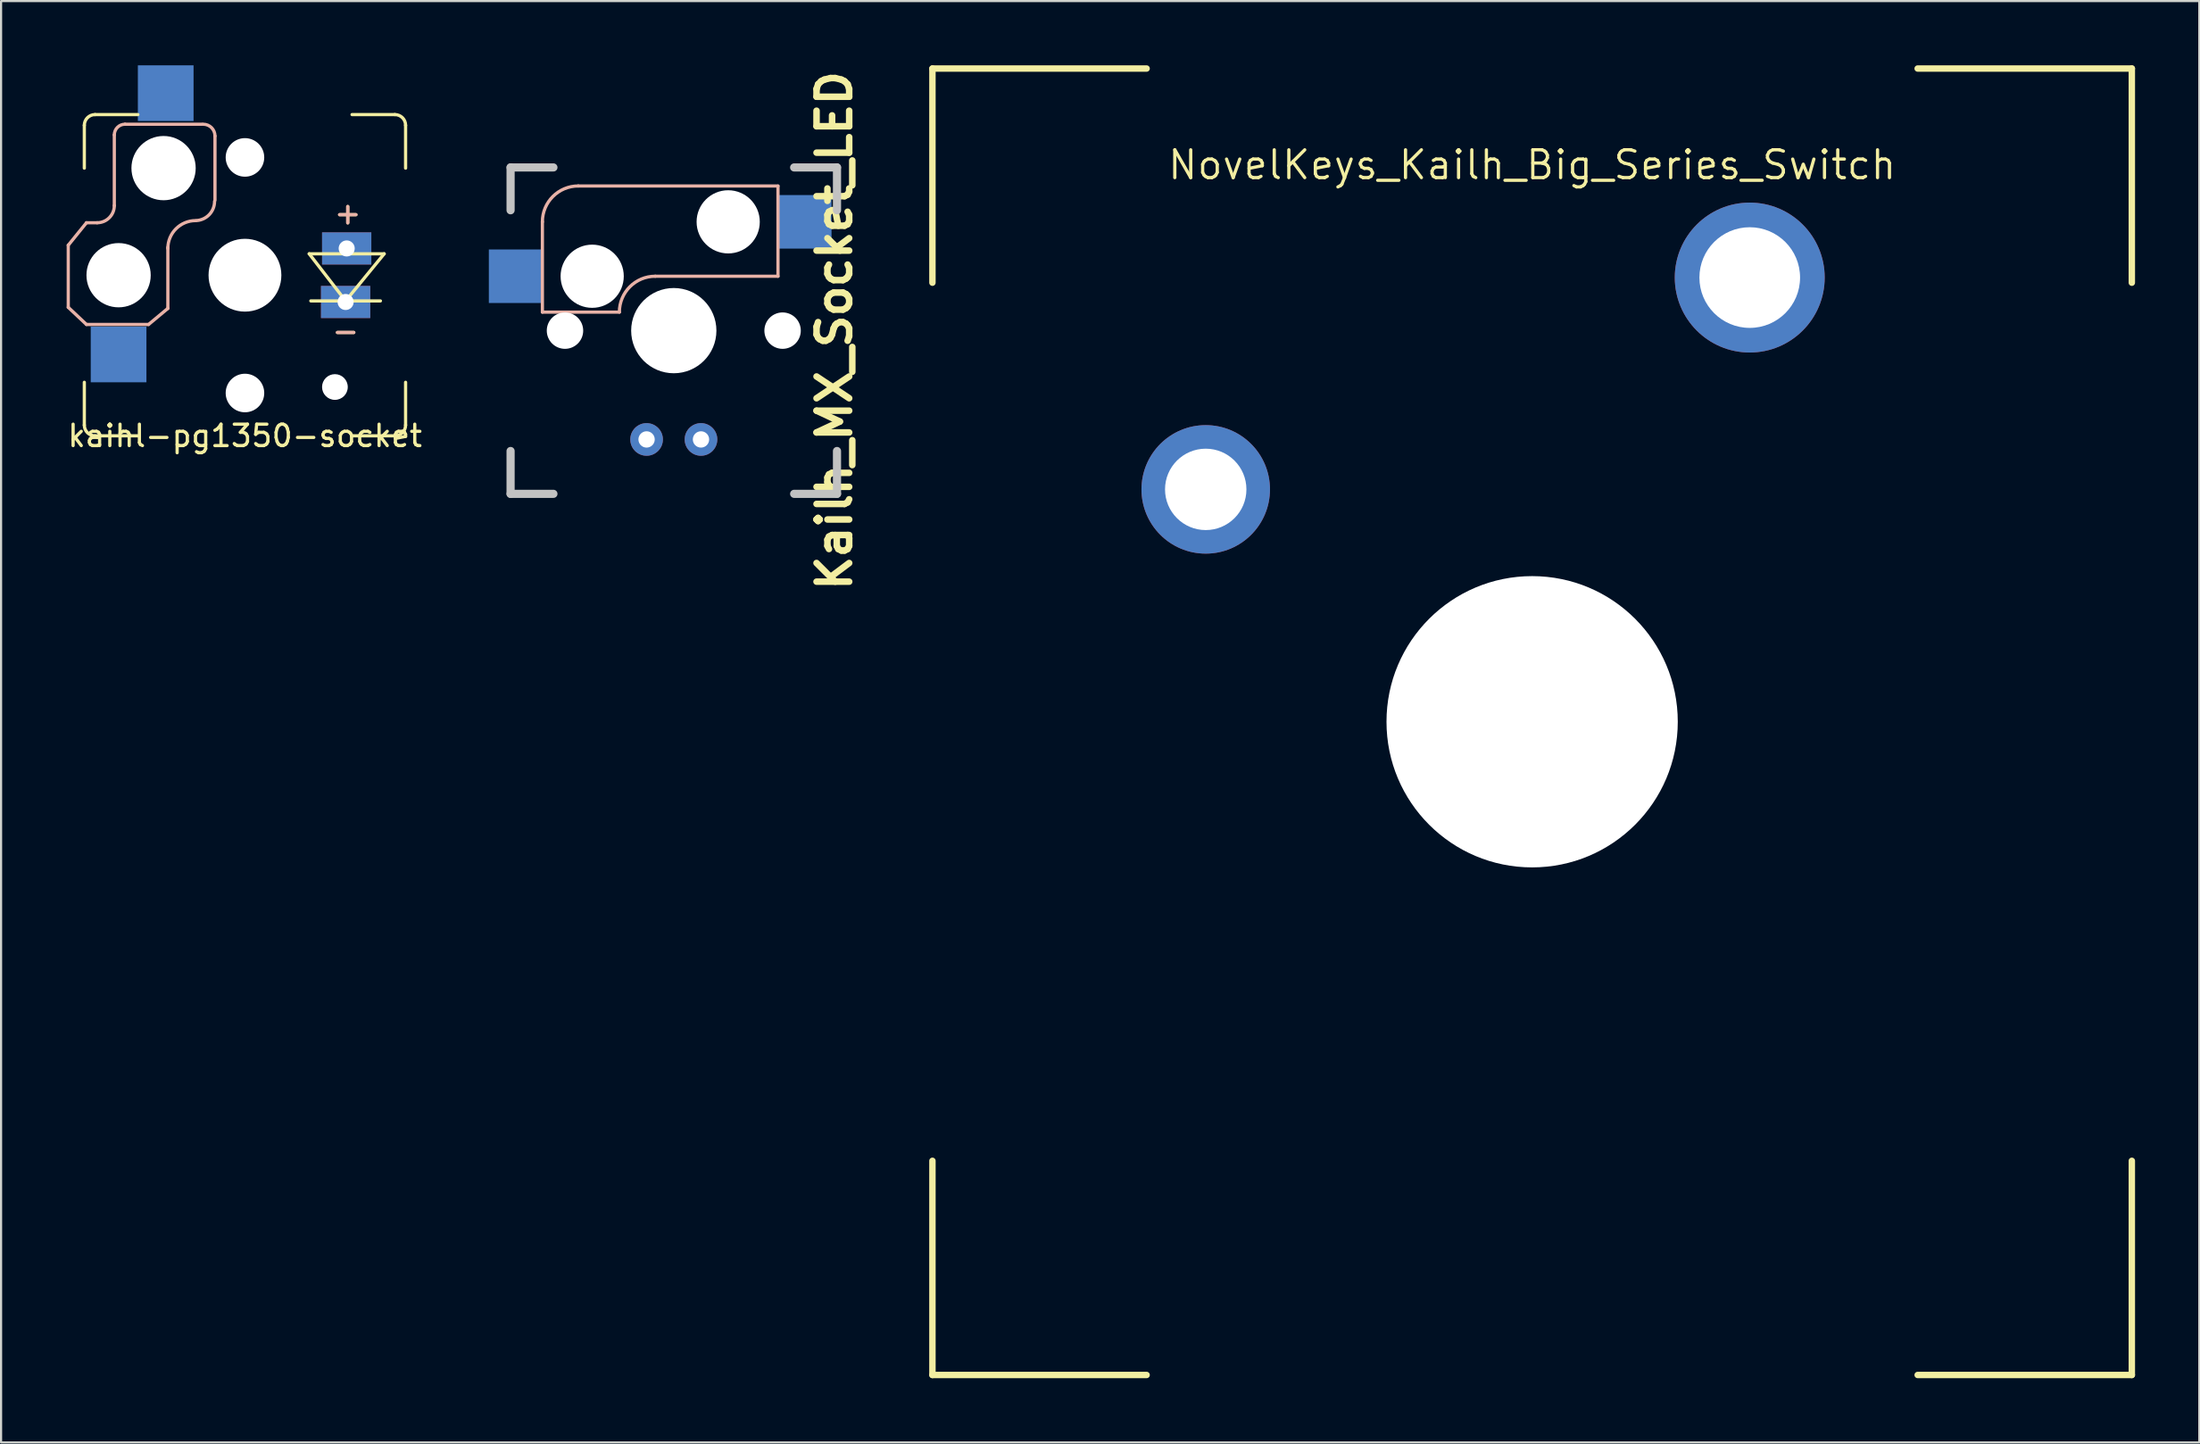
<source format=kicad_pcb>
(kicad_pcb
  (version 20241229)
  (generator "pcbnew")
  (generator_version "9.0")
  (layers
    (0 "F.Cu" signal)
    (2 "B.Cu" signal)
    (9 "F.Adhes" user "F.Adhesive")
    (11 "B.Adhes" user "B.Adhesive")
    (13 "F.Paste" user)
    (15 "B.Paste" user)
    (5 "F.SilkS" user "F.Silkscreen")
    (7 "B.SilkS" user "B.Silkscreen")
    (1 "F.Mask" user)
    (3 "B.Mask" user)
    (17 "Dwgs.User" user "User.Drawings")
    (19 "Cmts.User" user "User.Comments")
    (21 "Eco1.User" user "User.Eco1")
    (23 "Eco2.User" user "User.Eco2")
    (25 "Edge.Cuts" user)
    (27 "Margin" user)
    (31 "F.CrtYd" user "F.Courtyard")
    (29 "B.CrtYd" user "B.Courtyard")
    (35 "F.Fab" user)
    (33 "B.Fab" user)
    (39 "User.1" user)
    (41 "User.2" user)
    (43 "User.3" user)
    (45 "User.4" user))
  (footprint "NovelKeys_Kailh_Big_Series_Switch"
    (layer "F.Cu")
    (at 68.485 30.65)
    (property "Reference" "NovelKeys_Kailh_Big_Series_Switch" (at 0 -26 0) (layer "F.SilkS") (effects (font (size 1.3 1.3) (thickness 0.15))))
    (attr through_hole)
    (fp_line (start -28 -30.5) (end -18 -30.5) (stroke (width 0.3) (type solid)) (layer "F.SilkS"))
    (fp_line (start -28 -20.5) (end -28 -30.5) (stroke (width 0.3) (type solid)) (layer "F.SilkS"))
    (fp_line (start -28 30.5) (end -28 20.5) (stroke (width 0.3) (type solid)) (layer "F.SilkS"))
    (fp_line (start -18 30.5) (end -28 30.5) (stroke (width 0.3) (type solid)) (layer "F.SilkS"))
    (fp_line (start 18 -30.5) (end 28 -30.5) (stroke (width 0.3) (type solid)) (layer "F.SilkS"))
    (fp_line (start 28 -30.5) (end 28 -20.5) (stroke (width 0.3) (type solid)) (layer "F.SilkS"))
    (fp_line (start 28 20.5) (end 28 30.5) (stroke (width 0.3) (type solid)) (layer "F.SilkS"))
    (fp_line (start 28 30.5) (end 18 30.5) (stroke (width 0.3) (type solid)) (layer "F.SilkS"))
    (pad "" np_thru_hole circle (at 0 0) (size 13.6 13.6) (drill 13.6) (layers "*.Cu" "*.Mask"))
    (pad "1" thru_hole circle (at -15.24 -10.85) (size 6 6) (drill 3.8) (layers "*.Cu" "*.Mask"))
    (pad "2" thru_hole circle (at 10.16 -20.74) (size 7 7) (drill 4.7) (layers "*.Cu" "*.Mask")))
  (footprint "Kailh_MX_Socket_LED"
    (layer "F.Cu")
    (at 28.409 12.388)
    (property "Reference" "Kailh_MX_Socket_LED" (at 7.5 0 90) (layer "F.SilkS") (effects (font (size 1.524 1.524) (thickness 0.305))))
    (attr through_hole)
    (fp_line (start -6.135 -5.08) (end -6.135 -0.865) (stroke (width 0.15) (type solid)) (layer "B.SilkS"))
    (fp_line (start -6.135 -0.865) (end -2.54 -0.865) (stroke (width 0.15) (type solid)) (layer "B.SilkS"))
    (fp_line (start -4.46 -6.755) (end 4.865 -6.755) (stroke (width 0.15) (type solid)) (layer "B.SilkS"))
    (fp_line (start -0.865 -2.54) (end 4.865 -2.54) (stroke (width 0.15) (type solid)) (layer "B.SilkS"))
    (fp_line (start 4.865 -6.75) (end 4.865 -2.54) (stroke (width 0.15) (type solid)) (layer "B.SilkS"))
    (fp_arc (start -6.135 -5.08) (mid -5.644404 -6.264404) (end -4.46 -6.755) (stroke (width 0.15) (type solid)) (layer "B.SilkS"))
    (fp_arc (start -2.54 -0.865) (mid -2.049404 -2.049404) (end -0.865 -2.54) (stroke (width 0.15) (type solid)) (layer "B.SilkS"))
    (fp_line (start -7.62 -7.62) (end -5.62 -7.62) (stroke (width 0.381) (type solid)) (layer "Dwgs.User"))
    (fp_line (start -7.62 -5.62) (end -7.62 -7.62) (stroke (width 0.381) (type solid)) (layer "Dwgs.User"))
    (fp_line (start -7.62 5.62) (end -7.62 7.62) (stroke (width 0.381) (type solid)) (layer "Dwgs.User"))
    (fp_line (start -7.62 7.62) (end -5.62 7.62) (stroke (width 0.381) (type solid)) (layer "Dwgs.User"))
    (fp_line (start 5.62 -7.62) (end 7.62 -7.62) (stroke (width 0.381) (type solid)) (layer "Dwgs.User"))
    (fp_line (start 5.62 7.62) (end 7.62 7.62) (stroke (width 0.381) (type solid)) (layer "Dwgs.User"))
    (fp_line (start 7.62 -7.62) (end 7.62 -5.62) (stroke (width 0.381) (type solid)) (layer "Dwgs.User"))
    (fp_line (start 7.62 5.62) (end 7.62 7.62) (stroke (width 0.381) (type solid)) (layer "Dwgs.User"))
    (pad "" np_thru_hole circle (at -5.08 0) (size 1.7 1.7) (drill 1.7) (layers "*.Cu" "*.Mask"))
    (pad "" np_thru_hole circle (at -3.81 -2.54) (size 2.95 2.95) (drill 2.95) (layers "*.Cu" "*.Mask"))
    (pad "" np_thru_hole circle (at 0 0) (size 3.98 3.98) (drill 3.98) (layers "*.Cu" "*.Mask"))
    (pad "" np_thru_hole circle (at 2.54 -5.08) (size 2.95 2.95) (drill 2.95) (layers "*.Cu" "*.Mask"))
    (pad "" np_thru_hole circle (at 5.08 0) (size 1.7 1.7) (drill 1.7) (layers "*.Cu" "*.Mask"))
    (pad "1" smd rect (at -7.36 -2.54) (size 2.55 2.5) (layers "B.Cu" "B.Mask" "B.Paste"))
    (pad "2" smd rect (at 6.09 -5.08) (size 2.55 2.5) (layers "B.Cu" "B.Mask" "B.Paste"))
    (pad "3" thru_hole circle (at 1.27 5.08) (size 1.524 1.524) (drill 0.762) (layers "*.Cu" "*.Mask"))
    (pad "4" thru_hole circle (at -1.27 5.08) (size 1.524 1.524) (drill 0.762) (layers "*.Cu" "*.Mask")))
  (footprint "kaihl-pg1350-socket"
    (layer "F.Cu")
    (at 8.387 9.8)
    (property "Reference" "kaihl-pg1350-socket" (at 0 7.5 0) (layer "F.SilkS") (effects (font (size 1 1) (thickness 0.15))))
    (attr through_hole)
    (fp_line (start -7.5 -7) (end -7.5 -5) (stroke (width 0.15) (type solid)) (layer "F.SilkS"))
    (fp_line (start -7.5 7) (end -7.5 5) (stroke (width 0.15) (type solid)) (layer "F.SilkS"))
    (fp_line (start -7 -7.5) (end -5 -7.5) (stroke (width 0.15) (type solid)) (layer "F.SilkS"))
    (fp_line (start -7 7.5) (end -5 7.5) (stroke (width 0.15) (type solid)) (layer "F.SilkS"))
    (fp_line (start 3 -1) (end 6.5 -1) (stroke (width 0.15) (type solid)) (layer "F.SilkS"))
    (fp_line (start 3.075 1.2) (end 6.325 1.2) (stroke (width 0.15) (type solid)) (layer "F.SilkS"))
    (fp_line (start 4.7 1.2) (end 3 -1) (stroke (width 0.15) (type solid)) (layer "F.SilkS"))
    (fp_line (start 6.5 -1) (end 4.7 1.2) (stroke (width 0.15) (type solid)) (layer "F.SilkS"))
    (fp_line (start 7 -7.5) (end 5 -7.5) (stroke (width 0.15) (type solid)) (layer "F.SilkS"))
    (fp_line (start 7 7.5) (end 5 7.5) (stroke (width 0.15) (type solid)) (layer "F.SilkS"))
    (fp_line (start 7.5 -7) (end 7.5 -5) (stroke (width 0.15) (type solid)) (layer "F.SilkS"))
    (fp_line (start 7.5 7) (end 7.5 5) (stroke (width 0.15) (type solid)) (layer "F.SilkS"))
    (fp_arc (start -7.5 -7) (mid -7.353553 -7.353553) (end -7 -7.5) (stroke (width 0.15) (type solid)) (layer "F.SilkS"))
    (fp_arc (start -7 7.5) (mid -7.353553 7.353553) (end -7.5 7) (stroke (width 0.15) (type solid)) (layer "F.SilkS"))
    (fp_arc (start 7 -7.5) (mid 7.353553 -7.353553) (end 7.5 -7) (stroke (width 0.15) (type solid)) (layer "F.SilkS"))
    (fp_arc (start 7.5 7) (mid 7.353553 7.353553) (end 7 7.5) (stroke (width 0.15) (type solid)) (layer "F.SilkS"))
    (fp_line (start -8.25 -1.4) (end -7.4 -2.45) (stroke (width 0.15) (type solid)) (layer "B.SilkS"))
    (fp_line (start -8.25 1.5) (end -8.25 -1.4) (stroke (width 0.15) (type solid)) (layer "B.SilkS"))
    (fp_line (start -7.4 -2.45) (end -6.9 -2.45) (stroke (width 0.15) (type solid)) (layer "B.SilkS"))
    (fp_line (start -7.4 2.3) (end -8.25 1.5) (stroke (width 0.15) (type solid)) (layer "B.SilkS"))
    (fp_line (start -6.1 -3.25) (end -6.1 -6.55) (stroke (width 0.15) (type solid)) (layer "B.SilkS"))
    (fp_line (start -5.6 -7.05) (end -2 -7.05) (stroke (width 0.15) (type solid)) (layer "B.SilkS"))
    (fp_line (start -4.5 2.3) (end -7.4 2.3) (stroke (width 0.15) (type solid)) (layer "B.SilkS"))
    (fp_line (start -3.6 -1.3) (end -3.6 1.55) (stroke (width 0.15) (type solid)) (layer "B.SilkS"))
    (fp_line (start -3.6 1.55) (end -4.5 2.3) (stroke (width 0.15) (type solid)) (layer "B.SilkS"))
    (fp_line (start -1.4 -6.5) (end -1.4 -3.5) (stroke (width 0.15) (type solid)) (layer "B.SilkS"))
    (fp_arc (start -6.1 -6.55) (mid -5.953553 -6.903553) (end -5.6 -7.05) (stroke (width 0.15) (type solid)) (layer "B.SilkS"))
    (fp_arc (start -6.1 -3.25) (mid -6.334315 -2.684315) (end -6.9 -2.45) (stroke (width 0.15) (type solid)) (layer "B.SilkS"))
    (fp_arc (start -3.6 -1.25) (mid -3.219239 -2.169239) (end -2.3 -2.55) (stroke (width 0.15) (type solid)) (layer "B.SilkS"))
    (fp_arc (start -1.95 -7.05) (mid -1.561091 -6.888909) (end -1.4 -6.5) (stroke (width 0.15) (type solid)) (layer "B.SilkS"))
    (fp_arc (start -1.419027 -3.45) (mid -1.65867 -2.838503) (end -2.24998 -2.552653) (stroke (width 0.15) (type solid)) (layer "B.SilkS"))
    (fp_text user "-" (at 4.7 2.6 0) (layer "F.SilkS") (effects (font (size 1 1) (thickness 0.15))))
    (fp_text user "+" (at 4.8 -2.9 0) (layer "F.SilkS") (effects (font (size 1 1) (thickness 0.15))))
    (fp_text user "+" (at 4.8 -2.9 0) (layer "B.SilkS") (effects (font (size 1 1) (thickness 0.15)) (justify mirror)))
    (fp_text user "-" (at 4.7 2.6 0) (layer "B.SilkS") (effects (font (size 1 1) (thickness 0.15)) (justify mirror)))
    (pad "" np_thru_hole circle (at -5.9 0) (size 3 3) (drill 3) (layers "*.Cu" "*.Mask"))
    (pad "" np_thru_hole circle (at -3.8 -5) (size 3 3) (drill 3) (layers "*.Cu" "*.Mask"))
    (pad "" np_thru_hole circle (at 0 -5.5) (size 1.8 1.8) (drill 1.8) (layers "*.Cu" "*.Mask"))
    (pad "" np_thru_hole circle (at 0 0) (size 3.4 3.4) (drill 3.4) (layers "*.Cu" "*.Mask"))
    (pad "" np_thru_hole circle (at 0 5.5) (size 1.8 1.8) (drill 1.8) (layers "*.Cu" "*.Mask"))
    (pad "" np_thru_hole circle (at 4.2 5.22) (size 1.2 1.2) (drill 1.2) (layers "*.Cu" "*.Mask"))
    (pad "1" smd rect (at -5.9 3.7) (size 2.6 2.6) (layers "B.Cu" "B.Mask" "B.Paste"))
    (pad "2" smd rect (at -3.7 -8.5) (size 2.6 2.6) (layers "B.Cu" "B.Mask" "B.Paste"))
    (pad "3" thru_hole rect (at 4.75 -1.25) (size 2.3 1.5) (drill 0.75) (layers "*.Cu" "*.Mask"))
    (pad "4" thru_hole rect (at 4.7 1.25) (size 2.3 1.5) (drill 0.75) (layers "*.Cu" "*.Mask")))
  (gr_rect
    (start -3 -3)
    (end 99.635 64.3)
    (stroke (width 0.1) (type default))
    (fill no)
    (layer "Edge.Cuts")))
</source>
